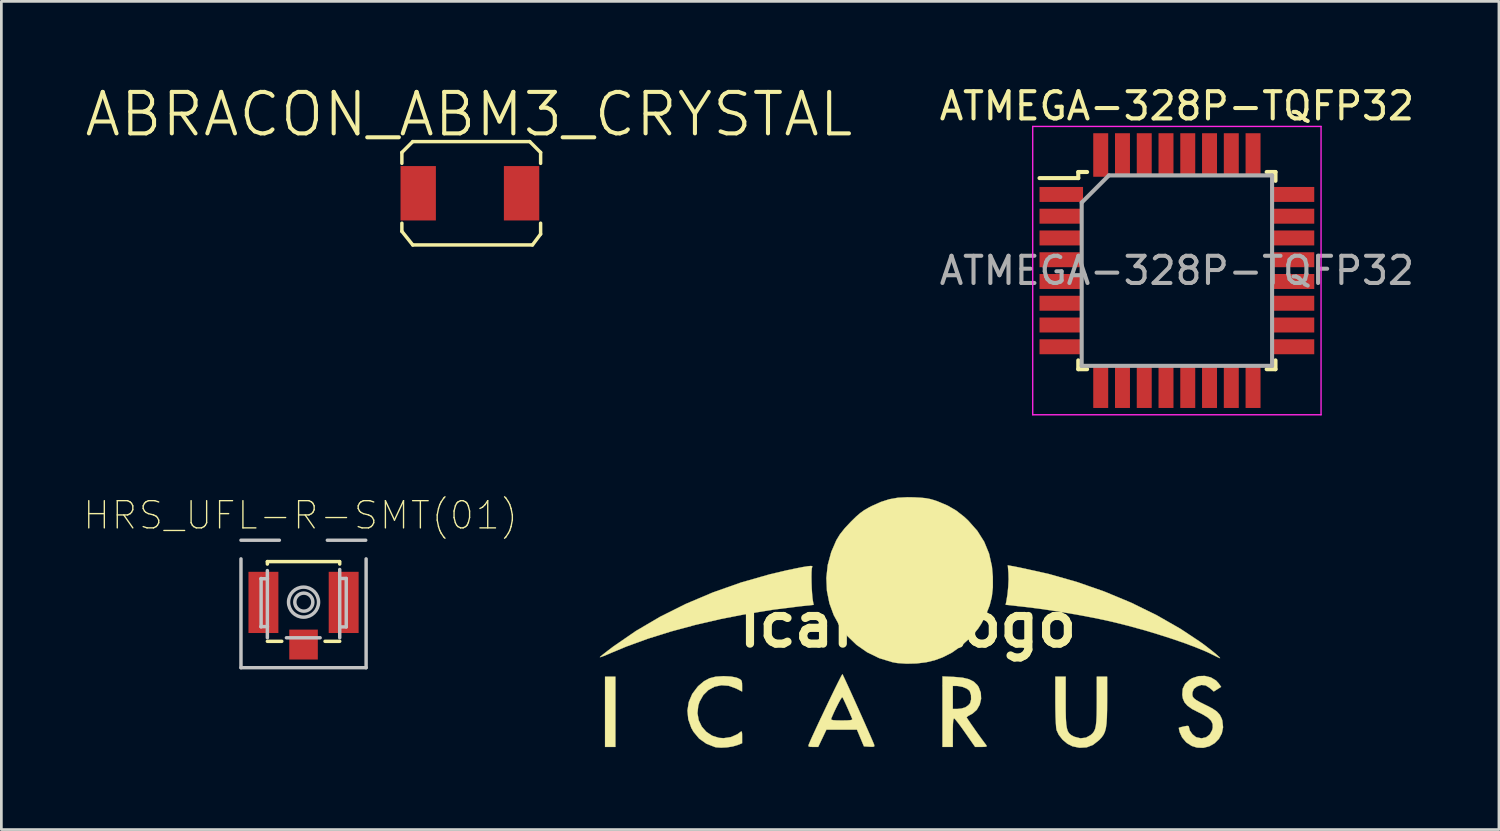
<source format=kicad_pcb>
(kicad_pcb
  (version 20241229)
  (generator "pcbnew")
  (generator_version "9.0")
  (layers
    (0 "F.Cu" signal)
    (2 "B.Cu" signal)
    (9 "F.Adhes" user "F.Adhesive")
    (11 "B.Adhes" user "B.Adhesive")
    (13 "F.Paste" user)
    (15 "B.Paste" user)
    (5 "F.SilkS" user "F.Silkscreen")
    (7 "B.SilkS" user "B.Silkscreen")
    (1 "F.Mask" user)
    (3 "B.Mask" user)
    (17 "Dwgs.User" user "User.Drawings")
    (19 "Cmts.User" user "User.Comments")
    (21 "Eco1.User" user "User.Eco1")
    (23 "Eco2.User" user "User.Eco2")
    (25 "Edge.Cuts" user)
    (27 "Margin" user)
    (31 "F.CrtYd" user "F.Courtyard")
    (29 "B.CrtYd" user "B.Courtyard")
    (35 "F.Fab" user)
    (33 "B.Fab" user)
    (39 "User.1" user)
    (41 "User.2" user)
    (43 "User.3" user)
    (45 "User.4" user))
  (footprint "ABRACON_ABM3_CRYSTAL"
    (layer "F.Cu")
    (at 14.188 4.155)
    (property "Reference" "ABRACON_ABM3_CRYSTAL" (at 0 -3 0) (layer "F.SilkS") (effects (font (size 1.524 1.524) (thickness 0.15))))
    (attr through_hole)
    (fp_line (start -2.464 -1.6) (end -2.064 -2) (stroke (width 0.127) (type solid)) (layer "F.SilkS"))
    (fp_line (start -2.464 -1.2) (end -2.464 -1.6) (stroke (width 0.127) (type solid)) (layer "F.SilkS"))
    (fp_line (start -2.464 1.3) (end -2.464 1) (stroke (width 0.127) (type solid)) (layer "F.SilkS"))
    (fp_line (start -2.064 -2) (end 2.236 -2) (stroke (width 0.127) (type solid)) (layer "F.SilkS"))
    (fp_line (start -2.064 1.8) (end -2.464 1.3) (stroke (width 0.127) (type solid)) (layer "F.SilkS"))
    (fp_line (start 2.236 -2) (end 2.636 -1.6) (stroke (width 0.127) (type solid)) (layer "F.SilkS"))
    (fp_line (start 2.336 1.8) (end -2.064 1.8) (stroke (width 0.127) (type solid)) (layer "F.SilkS"))
    (fp_line (start 2.636 -1.6) (end 2.636 -1.2) (stroke (width 0.127) (type solid)) (layer "F.SilkS"))
    (fp_line (start 2.636 1) (end 2.636 1.4) (stroke (width 0.127) (type solid)) (layer "F.SilkS"))
    (fp_line (start 2.636 1.4) (end 2.336 1.8) (stroke (width 0.127) (type solid)) (layer "F.SilkS"))
    (pad "1" smd rect (at -1.864 -0.1) (size 1.3 2) (layers "F.Cu" "F.Mask" "F.Paste"))
    (pad "2" smd rect (at 1.936 -0.1) (size 1.3 2) (layers "F.Cu" "F.Mask" "F.Paste")))
  (footprint "HRS_UFL-R-SMT(01)"
    (layer "F.Cu")
    (at 8.109 19.096)
    (property "Reference" "HRS_UFL-R-SMT(01)" (at -0.11 -3.2 0) (layer "F.SilkS") (effects (font (size 1 1) (thickness 0.05))))
    (attr smd)
    (fp_line (start -1.33 -1.5) (end 1.32 -1.5) (stroke (width 0.127) (type solid)) (layer "F.SilkS"))
    (fp_line (start -1.33 -1.41) (end -1.33 -1.5) (stroke (width 0.127) (type solid)) (layer "F.SilkS"))
    (fp_line (start -0.8 1.43) (end -1.33 1.43) (stroke (width 0.127) (type solid)) (layer "F.SilkS"))
    (fp_line (start 1.33 -1.41) (end 1.33 -1.5) (stroke (width 0.127) (type solid)) (layer "F.SilkS"))
    (fp_line (start 1.33 1.43) (end 0.79 1.43) (stroke (width 0.127) (type solid)) (layer "F.SilkS"))
    (fp_line (start -2.3 -1.6) (end -2.3 2.4) (stroke (width 0.127) (type solid)) (layer "Dwgs.User"))
    (fp_line (start -2.3 2.4) (end 2.3 2.4) (stroke (width 0.127) (type solid)) (layer "Dwgs.User"))
    (fp_line (start -1.57 -0.87) (end -1.33 -0.87) (stroke (width 0.127) (type solid)) (layer "Dwgs.User"))
    (fp_line (start -1.57 0.89) (end -1.33 0.89) (stroke (width 0.127) (type solid)) (layer "Dwgs.User"))
    (fp_line (start -1.56 -0.88) (end -1.56 0.9) (stroke (width 0.127) (type solid)) (layer "Dwgs.User"))
    (fp_line (start -1.33 -0.87) (end -1.33 -0.88) (stroke (width 0.127) (type solid)) (layer "Dwgs.User"))
    (fp_line (start -1.33 0.89) (end -1.33 0.9) (stroke (width 0.127) (type solid)) (layer "Dwgs.User"))
    (fp_line (start -1.33 1.3) (end -1.33 -1.17) (stroke (width 0.127) (type solid)) (layer "Dwgs.User"))
    (fp_line (start -0.889 -2.286) (end -2.3 -2.286) (stroke (width 0.127) (type solid)) (layer "Dwgs.User"))
    (fp_line (start 0.61 1.3) (end -0.63 1.3) (stroke (width 0.127) (type solid)) (layer "Dwgs.User"))
    (fp_line (start 1.33 -1.21) (end 1.33 1.3) (stroke (width 0.127) (type solid)) (layer "Dwgs.User"))
    (fp_line (start 1.34 0.9) (end 1.34 0.91) (stroke (width 0.127) (type solid)) (layer "Dwgs.User"))
    (fp_line (start 1.38 -0.88) (end 1.57 -0.88) (stroke (width 0.127) (type solid)) (layer "Dwgs.User"))
    (fp_line (start 1.57 -0.88) (end 1.57 0.9) (stroke (width 0.127) (type solid)) (layer "Dwgs.User"))
    (fp_line (start 1.57 0.9) (end 1.34 0.9) (stroke (width 0.127) (type solid)) (layer "Dwgs.User"))
    (fp_line (start 2.286 -2.286) (end 0.875 -2.286) (stroke (width 0.127) (type solid)) (layer "Dwgs.User"))
    (fp_line (start 2.3 2.4) (end 2.3 -1.6) (stroke (width 0.127) (type solid)) (layer "Dwgs.User"))
    (fp_circle (center 0 -0.01) (end 0.552 -0.01) (stroke (width 0.127) (type solid)) (fill no) (layer "Dwgs.User"))
    (fp_circle (center 0.01 -0.01) (end 0.342 -0.01) (stroke (width 0.127) (type solid)) (fill no) (layer "Dwgs.User"))
    (pad "1" smd rect (at 0 1.55) (size 1.05 1.1) (layers "F.Cu" "F.Mask" "F.Paste"))
    (pad "2" smd rect (at -1.475 0) (size 1.1 2.25) (layers "F.Cu" "F.Mask" "F.Paste"))
    (pad "2" smd rect (at 1.475 0) (size 1.1 2.25) (layers "F.Cu" "F.Mask" "F.Paste")))
  (footprint "ATMEGA-328P-TQFP32"
    (layer "F.Cu")
    (at 40.215 6.898)
    (property "Reference" "ATMEGA-328P-TQFP32" (at 0 -6.05 0) (layer "F.SilkS") (effects (font (size 1 1) (thickness 0.15))))
    (attr smd)
    (fp_line (start -3.625 -3.625) (end -3.625 -3.4) (stroke (width 0.15) (type solid)) (layer "F.SilkS"))
    (fp_line (start -3.625 -3.625) (end -3.3 -3.625) (stroke (width 0.15) (type solid)) (layer "F.SilkS"))
    (fp_line (start -3.625 -3.4) (end -5.05 -3.4) (stroke (width 0.15) (type solid)) (layer "F.SilkS"))
    (fp_line (start -3.625 3.625) (end -3.625 3.3) (stroke (width 0.15) (type solid)) (layer "F.SilkS"))
    (fp_line (start -3.625 3.625) (end -3.3 3.625) (stroke (width 0.15) (type solid)) (layer "F.SilkS"))
    (fp_line (start 3.625 -3.625) (end 3.3 -3.625) (stroke (width 0.15) (type solid)) (layer "F.SilkS"))
    (fp_line (start 3.625 -3.625) (end 3.625 -3.3) (stroke (width 0.15) (type solid)) (layer "F.SilkS"))
    (fp_line (start 3.625 3.625) (end 3.3 3.625) (stroke (width 0.15) (type solid)) (layer "F.SilkS"))
    (fp_line (start 3.625 3.625) (end 3.625 3.3) (stroke (width 0.15) (type solid)) (layer "F.SilkS"))
    (fp_line (start -5.3 -5.3) (end -5.3 5.3) (stroke (width 0.05) (type solid)) (layer "F.CrtYd"))
    (fp_line (start -5.3 -5.3) (end 5.3 -5.3) (stroke (width 0.05) (type solid)) (layer "F.CrtYd"))
    (fp_line (start -5.3 5.3) (end 5.3 5.3) (stroke (width 0.05) (type solid)) (layer "F.CrtYd"))
    (fp_line (start 5.3 -5.3) (end 5.3 5.3) (stroke (width 0.05) (type solid)) (layer "F.CrtYd"))
    (fp_line (start -3.5 -2.5) (end -2.5 -3.5) (stroke (width 0.15) (type solid)) (layer "F.Fab"))
    (fp_line (start -3.5 3.5) (end -3.5 -2.5) (stroke (width 0.15) (type solid)) (layer "F.Fab"))
    (fp_line (start -2.5 -3.5) (end 3.5 -3.5) (stroke (width 0.15) (type solid)) (layer "F.Fab"))
    (fp_line (start 3.5 -3.5) (end 3.5 3.5) (stroke (width 0.15) (type solid)) (layer "F.Fab"))
    (fp_line (start 3.5 3.5) (end -3.5 3.5) (stroke (width 0.15) (type solid)) (layer "F.Fab"))
    (fp_text user "${REFERENCE}" (at 0 0 0) (layer "F.Fab") (effects (font (size 1 1) (thickness 0.15))))
    (pad "1" smd rect (at -4.25 -2.8) (size 1.6 0.55) (layers "F.Cu" "F.Mask" "F.Paste"))
    (pad "2" smd rect (at -4.25 -2) (size 1.6 0.55) (layers "F.Cu" "F.Mask" "F.Paste"))
    (pad "3" smd rect (at -4.25 -1.2) (size 1.6 0.55) (layers "F.Cu" "F.Mask" "F.Paste"))
    (pad "4" smd rect (at -4.25 -0.4) (size 1.6 0.55) (layers "F.Cu" "F.Mask" "F.Paste"))
    (pad "5" smd rect (at -4.25 0.4) (size 1.6 0.55) (layers "F.Cu" "F.Mask" "F.Paste"))
    (pad "6" smd rect (at -4.25 1.2) (size 1.6 0.55) (layers "F.Cu" "F.Mask" "F.Paste"))
    (pad "7" smd rect (at -4.25 2) (size 1.6 0.55) (layers "F.Cu" "F.Mask" "F.Paste"))
    (pad "8" smd rect (at -4.25 2.8) (size 1.6 0.55) (layers "F.Cu" "F.Mask" "F.Paste"))
    (pad "9" smd rect (at -2.8 4.25 90) (size 1.6 0.55) (layers "F.Cu" "F.Mask" "F.Paste"))
    (pad "10" smd rect (at -2 4.25 90) (size 1.6 0.55) (layers "F.Cu" "F.Mask" "F.Paste"))
    (pad "11" smd rect (at -1.2 4.25 90) (size 1.6 0.55) (layers "F.Cu" "F.Mask" "F.Paste"))
    (pad "12" smd rect (at -0.4 4.25 90) (size 1.6 0.55) (layers "F.Cu" "F.Mask" "F.Paste"))
    (pad "13" smd rect (at 0.4 4.25 90) (size 1.6 0.55) (layers "F.Cu" "F.Mask" "F.Paste"))
    (pad "14" smd rect (at 1.2 4.25 90) (size 1.6 0.55) (layers "F.Cu" "F.Mask" "F.Paste"))
    (pad "15" smd rect (at 2 4.25 90) (size 1.6 0.55) (layers "F.Cu" "F.Mask" "F.Paste"))
    (pad "16" smd rect (at 2.8 4.25 90) (size 1.6 0.55) (layers "F.Cu" "F.Mask" "F.Paste"))
    (pad "17" smd rect (at 4.25 2.8) (size 1.6 0.55) (layers "F.Cu" "F.Mask" "F.Paste"))
    (pad "18" smd rect (at 4.25 2) (size 1.6 0.55) (layers "F.Cu" "F.Mask" "F.Paste"))
    (pad "19" smd rect (at 4.25 1.2) (size 1.6 0.55) (layers "F.Cu" "F.Mask" "F.Paste"))
    (pad "20" smd rect (at 4.25 0.4) (size 1.6 0.55) (layers "F.Cu" "F.Mask" "F.Paste"))
    (pad "21" smd rect (at 4.25 -0.4) (size 1.6 0.55) (layers "F.Cu" "F.Mask" "F.Paste"))
    (pad "22" smd rect (at 4.25 -1.2) (size 1.6 0.55) (layers "F.Cu" "F.Mask" "F.Paste"))
    (pad "23" smd rect (at 4.25 -2) (size 1.6 0.55) (layers "F.Cu" "F.Mask" "F.Paste"))
    (pad "24" smd rect (at 4.25 -2.8) (size 1.6 0.55) (layers "F.Cu" "F.Mask" "F.Paste"))
    (pad "25" smd rect (at 2.8 -4.25 90) (size 1.6 0.55) (layers "F.Cu" "F.Mask" "F.Paste"))
    (pad "26" smd rect (at 2 -4.25 90) (size 1.6 0.55) (layers "F.Cu" "F.Mask" "F.Paste"))
    (pad "27" smd rect (at 1.2 -4.25 90) (size 1.6 0.55) (layers "F.Cu" "F.Mask" "F.Paste"))
    (pad "28" smd rect (at 0.4 -4.25 90) (size 1.6 0.55) (layers "F.Cu" "F.Mask" "F.Paste"))
    (pad "29" smd rect (at -0.4 -4.25 90) (size 1.6 0.55) (layers "F.Cu" "F.Mask" "F.Paste"))
    (pad "30" smd rect (at -1.2 -4.25 90) (size 1.6 0.55) (layers "F.Cu" "F.Mask" "F.Paste"))
    (pad "31" smd rect (at -2 -4.25 90) (size 1.6 0.55) (layers "F.Cu" "F.Mask" "F.Paste"))
    (pad "32" smd rect (at -2.8 -4.25 90) (size 1.6 0.55) (layers "F.Cu" "F.Mask" "F.Paste")))
  (footprint "IcarusLogo"
    (layer "F.Cu")
    (at 30.327 19.922)
    (property "Reference" "IcarusLogo" (at 0 0 0) (layer "F.SilkS") (effects (font (size 1.524 1.524) (thickness 0.3))))
    (attr through_hole)
    (fp_poly (pts (xy -10.753 4.487) (xy -11.134 4.487) (xy -11.134 1.905) (xy -10.753 1.905) (xy -10.753 4.487)) (stroke (width 0.01) (type solid)) (fill yes) (layer "F.SilkS"))
    (fp_poly (pts (xy -3.52 -2.16) (xy -3.514 -2.138) (xy -3.519 -2.131) (xy -3.534 -2.07) (xy -3.543 -1.943) (xy -3.546 -1.769) (xy -3.543 -1.567) (xy -3.536 -1.355) (xy -3.523 -1.153) (xy -3.507 -0.978) (xy -3.49 -0.866) (xy -3.464 -0.737) (xy -3.965 -0.683) (xy -4.946 -0.56) (xy -5.923 -0.403) (xy -6.885 -0.215) (xy -7.82 0.002) (xy -8.715 0.244) (xy -9.56 0.508) (xy -10.342 0.793) (xy -10.892 1.022) (xy -11.066 1.097) (xy -11.206 1.153) (xy -11.296 1.184) (xy -11.324 1.186) (xy -11.324 1.185) (xy -11.283 1.146) (xy -11.186 1.068) (xy -11.048 0.96) (xy -10.88 0.833) (xy -10.825 0.791) (xy -9.999 0.223) (xy -9.109 -0.3) (xy -8.162 -0.773) (xy -7.168 -1.194) (xy -6.135 -1.558) (xy -5.072 -1.861) (xy -4.445 -2.008) (xy -4.12 -2.076) (xy -3.871 -2.125) (xy -3.692 -2.154) (xy -3.577 -2.166) (xy -3.52 -2.16)) (stroke (width 0.01) (type solid)) (fill yes) (layer "F.SilkS"))
    (fp_poly (pts (xy 4.09 -2.112) (xy 5.15 -1.879) (xy 6.196 -1.583) (xy 7.217 -1.228) (xy 8.203 -0.818) (xy 9.142 -0.358) (xy 10.026 0.148) (xy 10.742 0.623) (xy 10.907 0.743) (xy 11.07 0.869) (xy 11.222 0.989) (xy 11.348 1.094) (xy 11.436 1.174) (xy 11.475 1.218) (xy 11.472 1.224) (xy 11.426 1.206) (xy 11.33 1.16) (xy 11.254 1.121) (xy 10.956 0.979) (xy 10.587 0.827) (xy 10.16 0.667) (xy 9.689 0.505) (xy 9.185 0.344) (xy 8.662 0.188) (xy 8.132 0.042) (xy 7.609 -0.09) (xy 7.261 -0.17) (xy 6.822 -0.261) (xy 6.328 -0.355) (xy 5.805 -0.445) (xy 5.281 -0.529) (xy 4.783 -0.601) (xy 4.336 -0.657) (xy 4.283 -0.663) (xy 3.592 -0.739) (xy 3.618 -0.867) (xy 3.66 -1.119) (xy 3.688 -1.402) (xy 3.701 -1.676) (xy 3.695 -1.906) (xy 3.695 -1.91) (xy 3.672 -2.191) (xy 4.09 -2.112)) (stroke (width 0.01) (type solid)) (fill yes) (layer "F.SilkS"))
    (fp_poly (pts (xy 5.8 2.819) (xy 5.801 3.164) (xy 5.807 3.435) (xy 5.82 3.642) (xy 5.844 3.796) (xy 5.879 3.909) (xy 5.93 3.989) (xy 5.999 4.049) (xy 6.089 4.098) (xy 6.125 4.114) (xy 6.342 4.17) (xy 6.547 4.145) (xy 6.715 4.052) (xy 6.786 3.989) (xy 6.84 3.918) (xy 6.881 3.827) (xy 6.909 3.704) (xy 6.927 3.539) (xy 6.938 3.321) (xy 6.942 3.036) (xy 6.943 2.795) (xy 6.943 1.905) (xy 7.324 1.905) (xy 7.324 2.775) (xy 7.322 3.128) (xy 7.315 3.407) (xy 7.301 3.626) (xy 7.277 3.796) (xy 7.241 3.93) (xy 7.191 4.038) (xy 7.123 4.134) (xy 7.036 4.229) (xy 7.029 4.235) (xy 6.808 4.41) (xy 6.57 4.503) (xy 6.308 4.517) (xy 6.049 4.464) (xy 5.864 4.371) (xy 5.688 4.223) (xy 5.546 4.044) (xy 5.464 3.867) (xy 5.45 3.773) (xy 5.438 3.609) (xy 5.428 3.389) (xy 5.422 3.128) (xy 5.419 2.84) (xy 5.419 2.805) (xy 5.419 1.905) (xy 5.8 1.905) (xy 5.8 2.819)) (stroke (width 0.01) (type solid)) (fill yes) (layer "F.SilkS"))
    (fp_poly (pts (xy -6.773 1.885) (xy -6.503 1.899) (xy -6.307 1.937) (xy -6.255 1.957) (xy -6.16 2.004) (xy -6.113 2.056) (xy -6.098 2.142) (xy -6.096 2.239) (xy -6.096 2.451) (xy -6.317 2.337) (xy -6.588 2.239) (xy -6.856 2.219) (xy -7.109 2.273) (xy -7.335 2.396) (xy -7.522 2.581) (xy -7.659 2.823) (xy -7.707 2.973) (xy -7.736 3.247) (xy -7.69 3.506) (xy -7.579 3.738) (xy -7.412 3.93) (xy -7.198 4.073) (xy -6.947 4.153) (xy -6.775 4.165) (xy -6.505 4.125) (xy -6.266 4.019) (xy -6.17 3.946) (xy -6.128 3.916) (xy -6.106 3.929) (xy -6.097 3.999) (xy -6.096 4.116) (xy -6.096 4.351) (xy -6.272 4.421) (xy -6.444 4.471) (xy -6.655 4.503) (xy -6.867 4.514) (xy -7.047 4.502) (xy -7.091 4.493) (xy -7.409 4.369) (xy -7.674 4.181) (xy -7.884 3.928) (xy -7.964 3.785) (xy -8.075 3.47) (xy -8.105 3.149) (xy -8.056 2.835) (xy -7.93 2.539) (xy -7.73 2.274) (xy -7.698 2.241) (xy -7.497 2.071) (xy -7.294 1.962) (xy -7.065 1.903) (xy -6.782 1.885) (xy -6.773 1.885)) (stroke (width 0.01) (type solid)) (fill yes) (layer "F.SilkS"))
    (fp_poly (pts (xy 0.226 -4.689) (xy 0.471 -4.676) (xy 0.66 -4.657) (xy 0.821 -4.626) (xy 0.981 -4.58) (xy 1.087 -4.543) (xy 1.458 -4.387) (xy 1.776 -4.202) (xy 2.073 -3.97) (xy 2.221 -3.831) (xy 2.552 -3.457) (xy 2.805 -3.056) (xy 2.983 -2.621) (xy 3.089 -2.146) (xy 3.122 -1.771) (xy 3.123 -1.379) (xy 3.085 -1.036) (xy 3.004 -0.713) (xy 2.871 -0.381) (xy 2.805 -0.242) (xy 2.695 -0.038) (xy 2.582 0.135) (xy 2.445 0.302) (xy 2.265 0.493) (xy 2.247 0.511) (xy 1.931 0.799) (xy 1.615 1.021) (xy 1.273 1.194) (xy 0.981 1.301) (xy 0.671 1.375) (xy 0.316 1.418) (xy -0.05 1.427) (xy -0.394 1.403) (xy -0.569 1.372) (xy -1.056 1.223) (xy -1.497 1.008) (xy -1.888 0.735) (xy -2.225 0.411) (xy -2.506 0.043) (xy -2.728 -0.361) (xy -2.886 -0.795) (xy -2.977 -1.251) (xy -2.999 -1.722) (xy -2.948 -2.2) (xy -2.819 -2.679) (xy -2.632 -3.111) (xy -2.501 -3.326) (xy -2.319 -3.556) (xy -2.096 -3.793) (xy -1.911 -3.975) (xy -1.755 -4.11) (xy -1.606 -4.217) (xy -1.438 -4.314) (xy -1.326 -4.372) (xy -0.994 -4.52) (xy -0.684 -4.619) (xy -0.368 -4.675) (xy -0.016 -4.693) (xy 0.226 -4.689)) (stroke (width 0.01) (type solid)) (fill yes) (layer "F.SilkS"))
    (fp_poly (pts (xy 1.707 1.913) (xy 2.011 1.941) (xy 2.246 1.998) (xy 2.423 2.088) (xy 2.554 2.216) (xy 2.601 2.286) (xy 2.68 2.495) (xy 2.691 2.718) (xy 2.64 2.933) (xy 2.533 3.121) (xy 2.375 3.262) (xy 2.319 3.292) (xy 2.22 3.345) (xy 2.165 3.389) (xy 2.16 3.398) (xy 2.183 3.44) (xy 2.246 3.535) (xy 2.338 3.67) (xy 2.45 3.83) (xy 2.57 4) (xy 2.69 4.166) (xy 2.799 4.314) (xy 2.886 4.43) (xy 2.89 4.434) (xy 2.896 4.466) (xy 2.842 4.482) (xy 2.718 4.487) (xy 2.701 4.487) (xy 2.471 4.487) (xy 2.112 3.972) (xy 1.983 3.789) (xy 1.867 3.632) (xy 1.774 3.515) (xy 1.715 3.449) (xy 1.703 3.439) (xy 1.68 3.454) (xy 1.664 3.522) (xy 1.655 3.653) (xy 1.651 3.856) (xy 1.651 3.955) (xy 1.651 4.487) (xy 1.27 4.487) (xy 1.27 3.09) (xy 1.651 3.09) (xy 1.822 3.09) (xy 1.969 3.074) (xy 2.103 3.034) (xy 2.118 3.026) (xy 2.219 2.956) (xy 2.285 2.881) (xy 2.323 2.741) (xy 2.319 2.579) (xy 2.274 2.441) (xy 2.264 2.424) (xy 2.167 2.344) (xy 2.015 2.281) (xy 1.837 2.247) (xy 1.767 2.244) (xy 1.651 2.244) (xy 1.651 3.09) (xy 1.27 3.09) (xy 1.27 1.894) (xy 1.707 1.913)) (stroke (width 0.01) (type solid)) (fill yes) (layer "F.SilkS"))
    (fp_poly (pts (xy -2.384 1.857) (xy -2.331 1.968) (xy -2.254 2.135) (xy -2.157 2.345) (xy -2.047 2.588) (xy -1.927 2.853) (xy -1.803 3.129) (xy -1.68 3.404) (xy -1.563 3.667) (xy -1.456 3.908) (xy -1.365 4.114) (xy -1.295 4.276) (xy -1.251 4.381) (xy -1.238 4.416) (xy -1.235 4.462) (xy -1.273 4.481) (xy -1.369 4.482) (xy -1.417 4.479) (xy -1.617 4.466) (xy -1.746 4.159) (xy -1.874 3.852) (xy -2.996 3.852) (xy -3.298 4.487) (xy -3.489 4.487) (xy -3.605 4.483) (xy -3.654 4.465) (xy -3.655 4.425) (xy -3.65 4.409) (xy -3.604 4.299) (xy -3.531 4.135) (xy -3.436 3.928) (xy -3.325 3.689) (xy -3.218 3.461) (xy -2.824 3.461) (xy -2.813 3.486) (xy -2.749 3.503) (xy -2.621 3.511) (xy -2.434 3.514) (xy -2.237 3.511) (xy -2.114 3.502) (xy -2.054 3.485) (xy -2.045 3.461) (xy -2.135 3.25) (xy -2.223 3.049) (xy -2.302 2.875) (xy -2.364 2.742) (xy -2.404 2.666) (xy -2.411 2.655) (xy -2.438 2.679) (xy -2.491 2.764) (xy -2.561 2.894) (xy -2.641 3.052) (xy -2.722 3.223) (xy -2.796 3.39) (xy -2.824 3.461) (xy -3.218 3.461) (xy -3.202 3.428) (xy -3.073 3.155) (xy -2.943 2.882) (xy -2.816 2.618) (xy -2.698 2.375) (xy -2.593 2.163) (xy -2.507 1.992) (xy -2.445 1.872) (xy -2.411 1.816) (xy -2.407 1.812) (xy -2.384 1.857)) (stroke (width 0.01) (type solid)) (fill yes) (layer "F.SilkS"))
    (fp_poly (pts (xy 11.137 1.931) (xy 11.326 2.044) (xy 11.424 2.15) (xy 11.515 2.278) (xy 11.244 2.449) (xy 11.103 2.325) (xy 10.947 2.226) (xy 10.789 2.208) (xy 10.629 2.263) (xy 10.513 2.351) (xy 10.462 2.474) (xy 10.456 2.558) (xy 10.468 2.628) (xy 10.511 2.693) (xy 10.596 2.761) (xy 10.736 2.842) (xy 10.941 2.944) (xy 10.972 2.958) (xy 11.198 3.076) (xy 11.358 3.186) (xy 11.465 3.304) (xy 11.535 3.443) (xy 11.559 3.52) (xy 11.586 3.764) (xy 11.54 3.99) (xy 11.434 4.188) (xy 11.277 4.349) (xy 11.083 4.462) (xy 10.862 4.52) (xy 10.626 4.511) (xy 10.433 4.45) (xy 10.232 4.318) (xy 10.077 4.134) (xy 9.993 3.949) (xy 9.968 3.847) (xy 9.96 3.787) (xy 9.961 3.783) (xy 10.005 3.768) (xy 10.103 3.743) (xy 10.151 3.732) (xy 10.264 3.712) (xy 10.317 3.72) (xy 10.329 3.753) (xy 10.365 3.886) (xy 10.456 4.018) (xy 10.578 4.117) (xy 10.611 4.133) (xy 10.795 4.17) (xy 10.962 4.132) (xy 11.098 4.028) (xy 11.185 3.869) (xy 11.205 3.782) (xy 11.202 3.643) (xy 11.146 3.522) (xy 11.03 3.409) (xy 10.844 3.295) (xy 10.694 3.22) (xy 10.451 3.095) (xy 10.28 2.975) (xy 10.169 2.849) (xy 10.107 2.705) (xy 10.086 2.573) (xy 10.102 2.349) (xy 10.192 2.164) (xy 10.357 2.014) (xy 10.455 1.958) (xy 10.681 1.884) (xy 10.915 1.876) (xy 11.137 1.931)) (stroke (width 0.01) (type solid)) (fill yes) (layer "F.SilkS")))
  (gr_rect
    (start -3 -3)
    (end 52.054 27.446)
    (stroke (width 0.1) (type default))
    (fill no)
    (layer "Edge.Cuts")))
</source>
